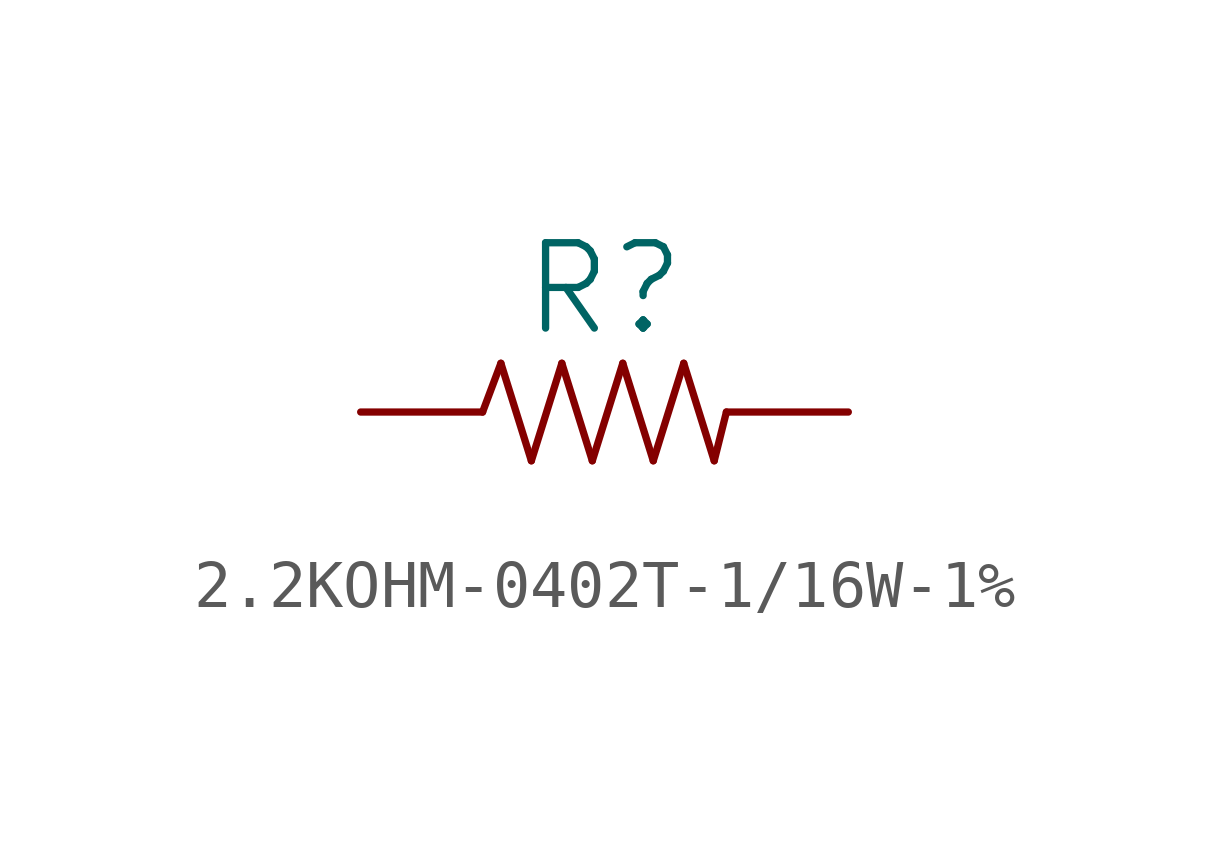
<source format=kicad_sym>
(kicad_symbol_lib
  (version 20220914)
  (generator kicad_symbol_editor)
  (symbol "2.2KOHM-0402T-1/16W-1%"
    (property "Reference" "R"
      (at 0 1.524 0)
      (effects (font (size 1.778 1.778)) (justify bottom)))
    (property "Value" ""
      (at 0 -1.524 0)
      (effects (font (size 1.778 1.778)) (justify top)))
    (property "ki_locked" ""
      (at 0 0 0)
      (effects (font (size 1.27 1.27))))
    (symbol "2.2KOHM-0402T-1/16W-1%_1_0"
      (polyline (pts (xy -2.54 0) (xy -2.159 1.016)) (stroke (width 0.152) (type solid)) (fill (type none)))
      (polyline (pts (xy -2.159 1.016) (xy -1.524 -1.016)) (stroke (width 0.152) (type solid)) (fill (type none)))
      (polyline (pts (xy -1.524 -1.016) (xy -0.889 1.016)) (stroke (width 0.152) (type solid)) (fill (type none)))
      (polyline (pts (xy -0.889 1.016) (xy -0.254 -1.016)) (stroke (width 0.152) (type solid)) (fill (type none)))
      (polyline (pts (xy -0.254 -1.016) (xy 0.381 1.016)) (stroke (width 0.152) (type solid)) (fill (type none)))
      (polyline (pts (xy 0.381 1.016) (xy 1.016 -1.016)) (stroke (width 0.152) (type solid)) (fill (type none)))
      (polyline (pts (xy 1.016 -1.016) (xy 1.651 1.016)) (stroke (width 0.152) (type solid)) (fill (type none)))
      (polyline (pts (xy 1.651 1.016) (xy 2.286 -1.016)) (stroke (width 0.152) (type solid)) (fill (type none)))
      (polyline (pts (xy 2.286 -1.016) (xy 2.54 0)) (stroke (width 0.152) (type solid)) (fill (type none)))
      (pin passive line (at -5.08 0 0) (length 2.54) (name "1" (effects (font (size 0 0)))) (number "1" (effects (font (size 0 0)))))
      (pin passive line (at 5.08 0 180) (length 2.54) (name "2" (effects (font (size 0 0)))) (number "2" (effects (font (size 0 0))))))))
</source>
